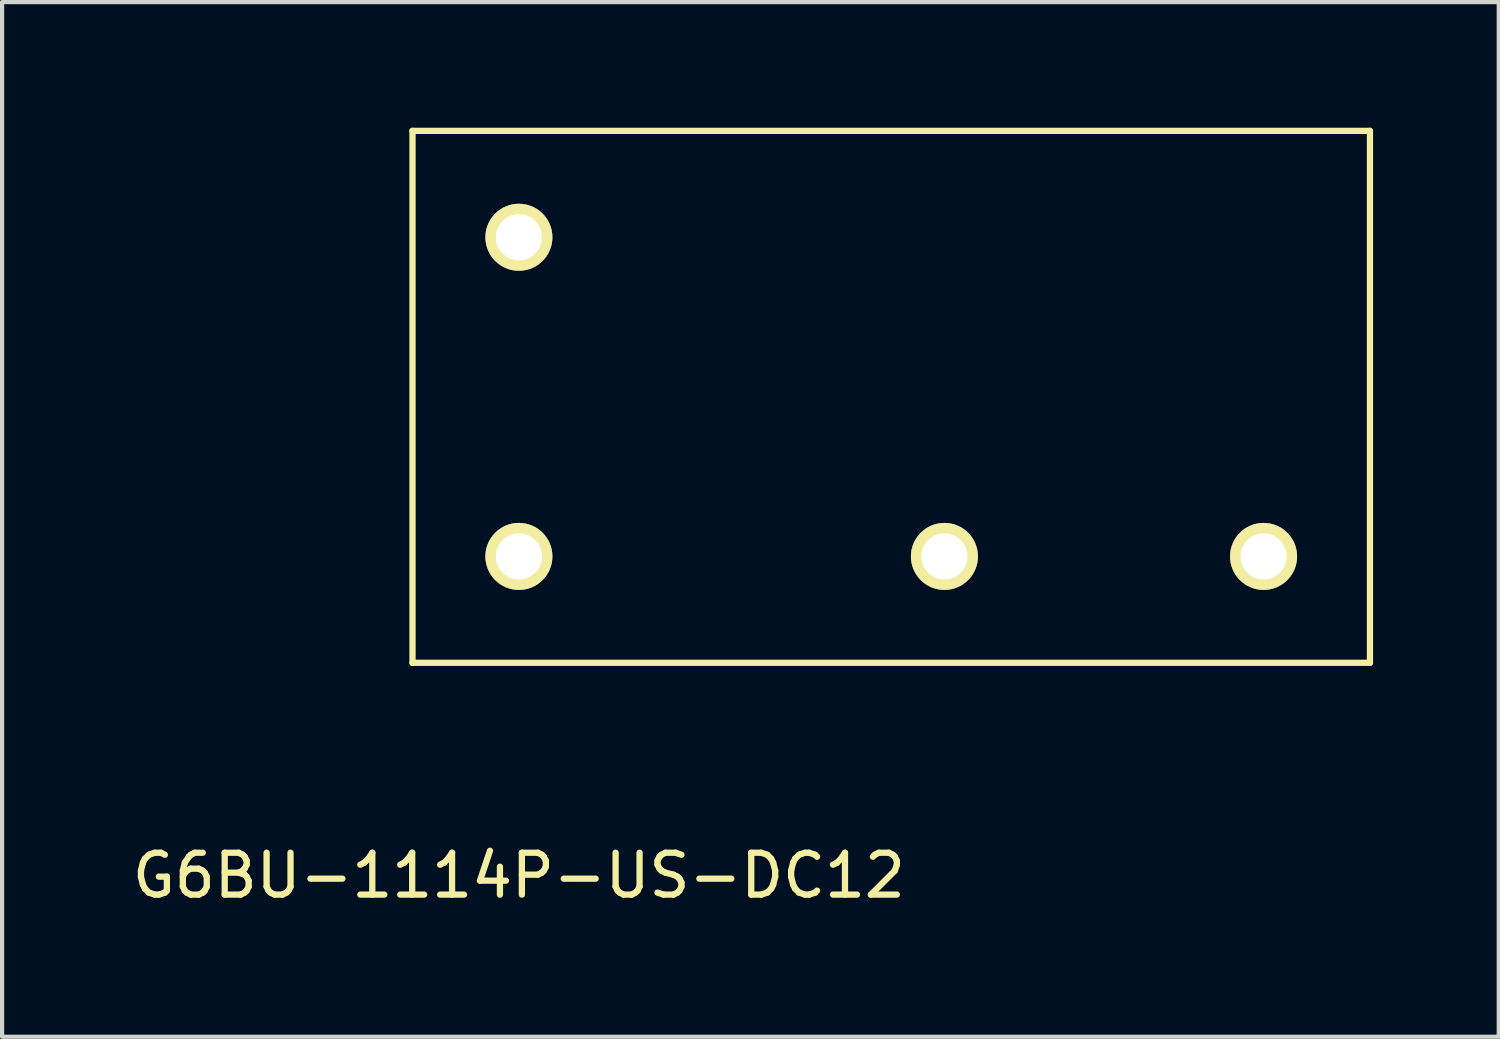
<source format=kicad_pcb>
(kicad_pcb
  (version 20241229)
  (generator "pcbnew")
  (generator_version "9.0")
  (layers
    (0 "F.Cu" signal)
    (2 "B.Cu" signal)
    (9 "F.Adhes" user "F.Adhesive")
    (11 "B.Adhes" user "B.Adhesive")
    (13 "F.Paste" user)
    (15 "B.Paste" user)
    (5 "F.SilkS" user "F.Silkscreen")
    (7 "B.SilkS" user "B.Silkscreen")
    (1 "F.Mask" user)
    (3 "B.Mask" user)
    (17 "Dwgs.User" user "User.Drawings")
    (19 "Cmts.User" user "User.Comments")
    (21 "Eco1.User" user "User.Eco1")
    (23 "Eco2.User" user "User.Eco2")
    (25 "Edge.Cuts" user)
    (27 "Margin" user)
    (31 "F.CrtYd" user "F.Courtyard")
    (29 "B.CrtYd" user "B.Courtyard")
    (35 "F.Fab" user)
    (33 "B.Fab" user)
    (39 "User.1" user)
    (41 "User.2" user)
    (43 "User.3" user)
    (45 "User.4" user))
  (footprint "G6BU-1114P-US-DC12"
    (layer "F.Cu")
    (at 9.339 10.235)
    (property "Reference" "G6BU-1114P-US-DC12" (at 0 7.62 0) (layer "F.SilkS") (effects (font (size 1 1) (thickness 0.15))))
    (attr through_hole)
    (fp_line (start -2.54 -10.16) (end -2.54 2.54) (stroke (width 0.15) (type solid)) (layer "F.SilkS"))
    (fp_line (start -2.54 2.54) (end 20.32 2.54) (stroke (width 0.15) (type solid)) (layer "F.SilkS"))
    (fp_line (start 20.32 -10.16) (end -2.54 -10.16) (stroke (width 0.15) (type solid)) (layer "F.SilkS"))
    (fp_line (start 20.32 2.54) (end 20.32 -10.16) (stroke (width 0.15) (type solid)) (layer "F.SilkS"))
    (pad "1" thru_hole circle (at 0 0) (size 1.6 1.6) (drill 1.1) (layers "*.Cu" "*.Mask" "F.SilkS"))
    (pad "3" thru_hole circle (at 10.16 0) (size 1.6 1.6) (drill 1.1) (layers "*.Cu" "*.Mask" "F.SilkS"))
    (pad "4" thru_hole circle (at 17.78 0) (size 1.6 1.6) (drill 1.1) (layers "*.Cu" "*.Mask" "F.SilkS"))
    (pad "6" thru_hole circle (at 0 -7.62) (size 1.6 1.6) (drill 1.1) (layers "*.Cu" "*.Mask" "F.SilkS")))
  (gr_rect
    (start -3 -3)
    (end 32.734 21.703)
    (stroke (width 0.1) (type default))
    (fill no)
    (layer "Edge.Cuts")))
</source>
